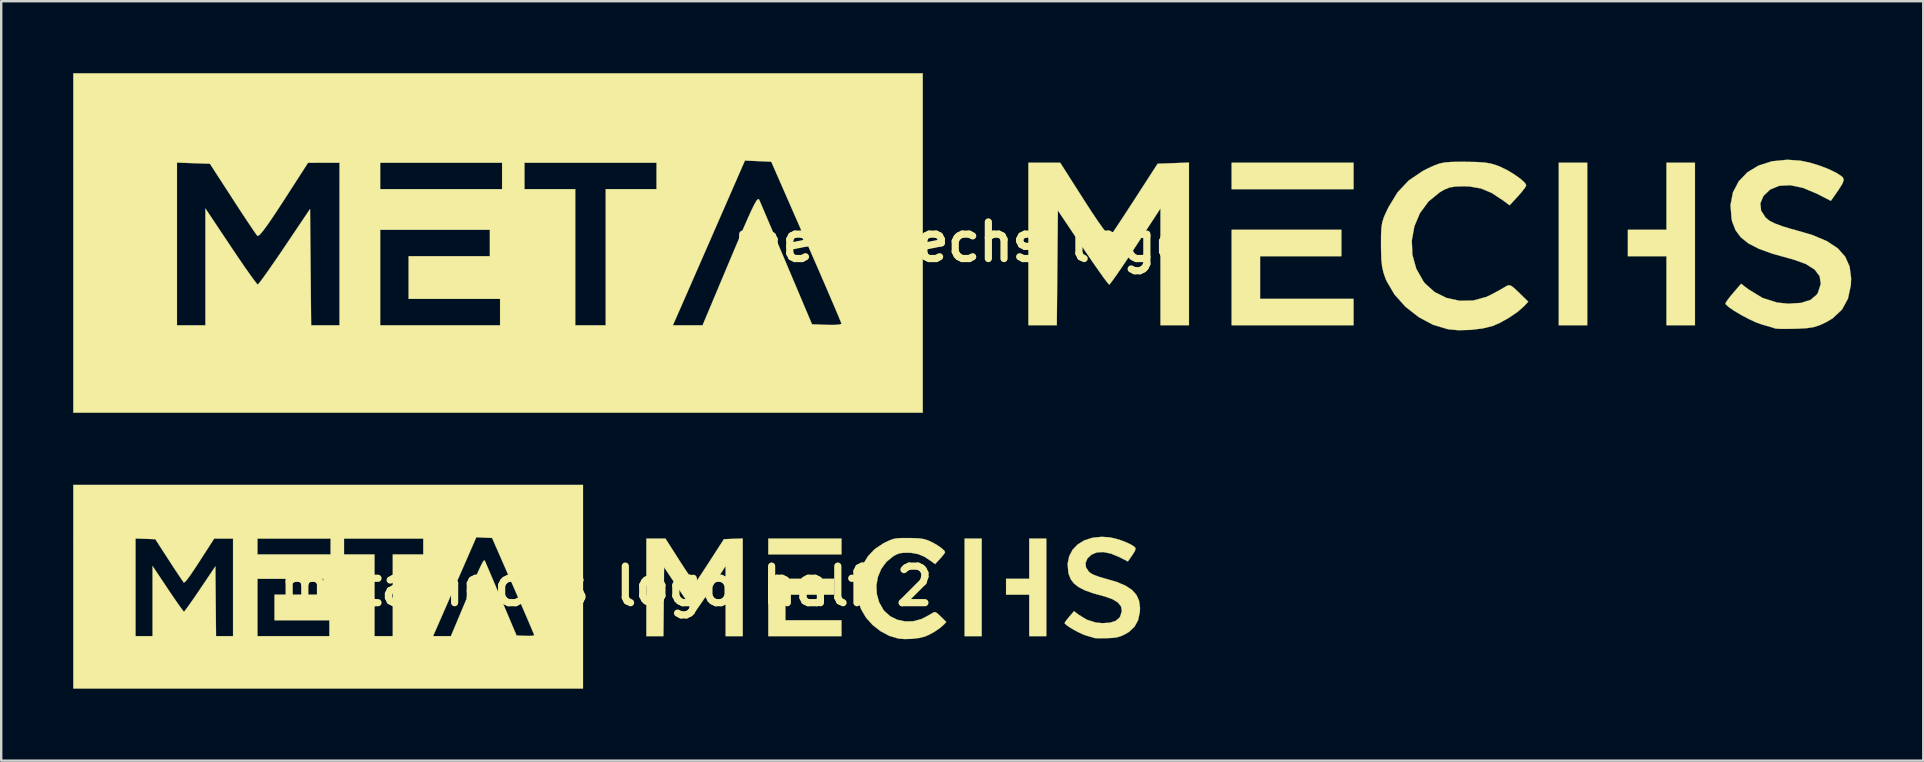
<source format=kicad_pcb>
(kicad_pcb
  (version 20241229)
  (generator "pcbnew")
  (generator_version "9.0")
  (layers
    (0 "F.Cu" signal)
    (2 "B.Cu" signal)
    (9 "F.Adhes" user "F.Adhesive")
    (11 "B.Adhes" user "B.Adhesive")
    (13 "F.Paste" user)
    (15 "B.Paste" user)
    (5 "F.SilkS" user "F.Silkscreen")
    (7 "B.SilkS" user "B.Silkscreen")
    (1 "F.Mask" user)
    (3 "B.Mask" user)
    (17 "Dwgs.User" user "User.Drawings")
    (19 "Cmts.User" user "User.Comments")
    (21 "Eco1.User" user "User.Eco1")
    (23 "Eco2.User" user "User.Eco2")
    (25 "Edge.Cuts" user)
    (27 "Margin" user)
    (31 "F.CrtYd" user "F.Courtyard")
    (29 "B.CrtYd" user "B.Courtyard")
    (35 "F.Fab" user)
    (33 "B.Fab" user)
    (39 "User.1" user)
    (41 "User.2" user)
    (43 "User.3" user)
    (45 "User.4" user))
  (footprint "metamechs logo"
    (layer "F.Cu")
    (at 37.004 7.032)
    (property "Reference" "metamechs logo" (at 0 0 0) (layer "F.SilkS") (effects (font (size 1.524 1.524) (thickness 0.3))))
    (attr through_hole)
    (fp_poly (pts (xy 16.341 -2.201) (xy 11.261 -2.201) (xy 11.261 -3.302) (xy 16.341 -3.302) (xy 16.341 -2.201)) (stroke (width 0.01) (type solid)) (fill yes) (layer "F.SilkS"))
    (fp_poly (pts (xy 26.077 3.471) (xy 24.892 3.471) (xy 24.892 -3.302) (xy 26.077 -3.302) (xy 26.077 3.471)) (stroke (width 0.01) (type solid)) (fill yes) (layer "F.SilkS"))
    (fp_poly (pts (xy 15.833 0.593) (xy 12.446 0.593) (xy 12.446 2.371) (xy 16.341 2.371) (xy 16.341 3.471) (xy 11.261 3.471) (xy 11.261 -0.508) (xy 15.833 -0.508) (xy 15.833 0.593)) (stroke (width 0.01) (type solid)) (fill yes) (layer "F.SilkS"))
    (fp_poly (pts (xy 30.565 3.471) (xy 29.379 3.471) (xy 29.379 0.593) (xy 27.771 0.593) (xy 27.771 -0.508) (xy 29.379 -0.508) (xy 29.379 -3.302) (xy 30.565 -3.302) (xy 30.565 3.471)) (stroke (width 0.01) (type solid)) (fill yes) (layer "F.SilkS"))
    (fp_poly (pts (xy 9.483 3.471) (xy 8.297 3.471) (xy 8.296 1.037) (xy 8.296 -1.397) (xy 7.259 0.19) (xy 6.958 0.648) (xy 6.685 1.055) (xy 6.455 1.389) (xy 6.282 1.631) (xy 6.18 1.761) (xy 6.161 1.778) (xy 6.097 1.71) (xy 5.955 1.522) (xy 5.748 1.234) (xy 5.49 0.864) (xy 5.196 0.435) (xy 5.06 0.233) (xy 4.022 -1.312) (xy 3.999 1.079) (xy 3.977 3.471) (xy 2.794 3.471) (xy 2.794 -3.302) (xy 4.119 -3.302) (xy 5.12 -1.731) (xy 5.433 -1.248) (xy 5.708 -0.84) (xy 5.932 -0.525) (xy 6.095 -0.317) (xy 6.185 -0.234) (xy 6.195 -0.235) (xy 6.262 -0.326) (xy 6.406 -0.537) (xy 6.611 -0.846) (xy 6.863 -1.23) (xy 7.147 -1.666) (xy 7.224 -1.785) (xy 8.177 -3.26) (xy 9.483 -3.309) (xy 9.483 3.471)) (stroke (width 0.01) (type solid)) (fill yes) (layer "F.SilkS"))
    (fp_poly (pts (xy 20.997 -3.34) (xy 21.461 -3.332) (xy 21.802 -3.31) (xy 22.068 -3.266) (xy 22.305 -3.194) (xy 22.43 -3.145) (xy 22.729 -3.001) (xy 23.027 -2.823) (xy 23.286 -2.639) (xy 23.469 -2.476) (xy 23.537 -2.362) (xy 23.484 -2.261) (xy 23.345 -2.082) (xy 23.19 -1.905) (xy 22.843 -1.529) (xy 22.576 -1.728) (xy 22.1 -2.041) (xy 21.653 -2.229) (xy 21.179 -2.312) (xy 20.945 -2.321) (xy 20.596 -2.312) (xy 20.345 -2.271) (xy 20.121 -2.18) (xy 19.934 -2.072) (xy 19.463 -1.687) (xy 19.108 -1.204) (xy 18.875 -0.653) (xy 18.768 -0.063) (xy 18.793 0.536) (xy 18.954 1.116) (xy 19.255 1.646) (xy 19.32 1.728) (xy 19.721 2.088) (xy 20.214 2.331) (xy 20.762 2.45) (xy 21.328 2.438) (xy 21.875 2.289) (xy 22.023 2.22) (xy 22.304 2.071) (xy 22.551 1.933) (xy 22.668 1.862) (xy 22.78 1.804) (xy 22.881 1.811) (xy 23.014 1.903) (xy 23.221 2.097) (xy 23.238 2.114) (xy 23.62 2.489) (xy 23.435 2.685) (xy 23.166 2.919) (xy 22.805 3.164) (xy 22.419 3.378) (xy 22.137 3.5) (xy 21.725 3.601) (xy 21.226 3.662) (xy 20.718 3.676) (xy 20.286 3.638) (xy 19.659 3.452) (xy 19.053 3.129) (xy 18.503 2.698) (xy 18.046 2.187) (xy 17.716 1.625) (xy 17.683 1.548) (xy 17.59 1.286) (xy 17.531 1.026) (xy 17.499 0.717) (xy 17.487 0.308) (xy 17.485 0.122) (xy 17.487 -0.294) (xy 17.501 -0.591) (xy 17.537 -0.821) (xy 17.605 -1.035) (xy 17.716 -1.282) (xy 17.8 -1.453) (xy 18.176 -2.071) (xy 18.641 -2.563) (xy 19.225 -2.958) (xy 19.458 -3.076) (xy 19.715 -3.193) (xy 19.928 -3.27) (xy 20.145 -3.314) (xy 20.414 -3.335) (xy 20.783 -3.341) (xy 20.997 -3.34)) (stroke (width 0.01) (type solid)) (fill yes) (layer "F.SilkS"))
    (fp_poly (pts (xy 34.956 -3.388) (xy 35.333 -3.31) (xy 35.741 -3.187) (xy 36.135 -3.036) (xy 36.467 -2.875) (xy 36.693 -2.723) (xy 36.732 -2.683) (xy 36.763 -2.581) (xy 36.705 -2.421) (xy 36.548 -2.171) (xy 36.527 -2.142) (xy 36.228 -1.714) (xy 35.636 -2.017) (xy 35.062 -2.256) (xy 34.535 -2.365) (xy 34.074 -2.341) (xy 33.698 -2.185) (xy 33.417 -1.916) (xy 33.291 -1.613) (xy 33.321 -1.305) (xy 33.506 -1.019) (xy 33.675 -0.881) (xy 33.881 -0.777) (xy 34.197 -0.659) (xy 34.565 -0.546) (xy 34.708 -0.509) (xy 35.465 -0.288) (xy 36.064 -0.034) (xy 36.515 0.264) (xy 36.826 0.614) (xy 37.009 1.025) (xy 37.072 1.508) (xy 37.06 1.798) (xy 36.94 2.361) (xy 36.69 2.818) (xy 36.302 3.181) (xy 36.036 3.339) (xy 35.763 3.467) (xy 35.515 3.546) (xy 35.229 3.59) (xy 34.845 3.612) (xy 34.769 3.614) (xy 34.417 3.621) (xy 34.129 3.619) (xy 33.946 3.61) (xy 33.909 3.603) (xy 33.786 3.562) (xy 33.556 3.495) (xy 33.355 3.438) (xy 33.106 3.348) (xy 32.806 3.208) (xy 32.492 3.042) (xy 32.203 2.87) (xy 31.976 2.715) (xy 31.849 2.597) (xy 31.835 2.563) (xy 31.886 2.469) (xy 32.019 2.291) (xy 32.162 2.119) (xy 32.488 1.74) (xy 32.798 1.976) (xy 33.382 2.332) (xy 33.998 2.526) (xy 34.451 2.571) (xy 34.984 2.538) (xy 35.378 2.414) (xy 35.637 2.197) (xy 35.691 2.109) (xy 35.808 1.746) (xy 35.761 1.425) (xy 35.55 1.148) (xy 35.177 0.913) (xy 34.64 0.722) (xy 34.526 0.692) (xy 33.804 0.492) (xy 33.233 0.286) (xy 32.796 0.062) (xy 32.477 -0.192) (xy 32.258 -0.487) (xy 32.121 -0.836) (xy 32.093 -0.953) (xy 32.046 -1.537) (xy 32.148 -2.064) (xy 32.385 -2.522) (xy 32.744 -2.899) (xy 33.211 -3.183) (xy 33.772 -3.362) (xy 34.414 -3.426) (xy 34.956 -3.388)) (stroke (width 0.01) (type solid)) (fill yes) (layer "F.SilkS"))
    (fp_poly (pts (xy -1.609 7.112) (xy -36.999 7.112) (xy -36.999 3.471) (xy -32.681 3.471) (xy -31.496 3.471) (xy -31.496 -1.396) (xy -30.437 0.191) (xy -30.13 0.647) (xy -29.852 1.052) (xy -29.618 1.385) (xy -29.441 1.627) (xy -29.336 1.757) (xy -29.315 1.775) (xy -29.252 1.706) (xy -29.109 1.517) (xy -28.901 1.227) (xy -28.642 0.856) (xy -28.346 0.424) (xy -28.194 0.199) (xy -27.136 -1.373) (xy -27.091 3.471) (xy -25.908 3.471) (xy -25.908 -0.508) (xy -24.215 -0.508) (xy -24.215 3.471) (xy -19.219 3.471) (xy -19.219 2.371) (xy -23.029 2.371) (xy -23.029 0.593) (xy -19.643 0.593) (xy -19.643 -0.508) (xy -24.215 -0.508) (xy -25.908 -0.508) (xy -25.908 -3.302) (xy -24.215 -3.302) (xy -24.215 -2.201) (xy -19.135 -2.201) (xy -19.135 -3.302) (xy -18.203 -3.302) (xy -18.203 -2.201) (xy -16.087 -2.201) (xy -16.087 3.471) (xy -14.817 3.471) (xy -12.021 3.471) (xy -10.782 3.471) (xy -9.646 0.766) (xy -9.338 0.037) (xy -9.088 -0.549) (xy -8.889 -1.004) (xy -8.735 -1.341) (xy -8.62 -1.575) (xy -8.536 -1.717) (xy -8.478 -1.782) (xy -8.439 -1.781) (xy -8.424 -1.759) (xy -8.371 -1.639) (xy -8.261 -1.383) (xy -8.103 -1.012) (xy -7.904 -0.545) (xy -7.674 -0.003) (xy -7.421 0.593) (xy -7.281 0.925) (xy -6.222 3.429) (xy -5.608 3.454) (xy -5.311 3.457) (xy -5.093 3.441) (xy -4.997 3.411) (xy -4.995 3.406) (xy -5.028 3.316) (xy -5.122 3.086) (xy -5.271 2.735) (xy -5.467 2.277) (xy -5.703 1.729) (xy -5.972 1.108) (xy -6.268 0.429) (xy -6.458 -0.005) (xy -7.92 -3.344) (xy -8.469 -3.369) (xy -9.017 -3.393) (xy -10.303 -0.448) (xy -10.602 0.236) (xy -10.888 0.89) (xy -11.152 1.493) (xy -11.384 2.024) (xy -11.576 2.463) (xy -11.719 2.789) (xy -11.804 2.981) (xy -11.805 2.985) (xy -12.021 3.471) (xy -14.817 3.471) (xy -14.817 -2.201) (xy -12.7 -2.201) (xy -12.7 -3.302) (xy -18.203 -3.302) (xy -19.135 -3.302) (xy -24.215 -3.302) (xy -25.908 -3.302) (xy -26.564 -3.301) (xy -27.22 -3.3) (xy -28.23 -1.733) (xy -28.598 -1.17) (xy -28.886 -0.747) (xy -29.099 -0.457) (xy -29.243 -0.293) (xy -29.321 -0.25) (xy -29.33 -0.255) (xy -29.401 -0.351) (xy -29.549 -0.566) (xy -29.758 -0.878) (xy -30.013 -1.264) (xy -30.298 -1.701) (xy -30.363 -1.802) (xy -31.308 -3.26) (xy -31.995 -3.284) (xy -32.681 -3.309) (xy -32.681 3.471) (xy -36.999 3.471) (xy -36.999 -7.027) (xy -1.609 -7.027) (xy -1.609 7.112)) (stroke (width 0.01) (type solid)) (fill yes) (layer "F.SilkS")))
  (footprint "metamechs logo half 2"
    (layer "F.Cu")
    (at 22.205 21.371)
    (property "Reference" "metamechs logo half 2" (at 0 0 0) (layer "F.SilkS") (effects (font (size 1.524 1.524) (thickness 0.3))))
    (attr through_hole)
    (fp_poly (pts (xy 9.804 -1.321) (xy 6.756 -1.321) (xy 6.756 -1.981) (xy 9.804 -1.981) (xy 9.804 -1.321)) (stroke (width 0.01) (type solid)) (fill yes) (layer "F.SilkS"))
    (fp_poly (pts (xy 15.646 2.083) (xy 14.935 2.083) (xy 14.935 -1.981) (xy 15.646 -1.981) (xy 15.646 2.083)) (stroke (width 0.01) (type solid)) (fill yes) (layer "F.SilkS"))
    (fp_poly (pts (xy 9.5 0.356) (xy 7.468 0.356) (xy 7.468 1.422) (xy 9.804 1.422) (xy 9.804 2.083) (xy 6.756 2.083) (xy 6.756 -0.305) (xy 9.5 -0.305) (xy 9.5 0.356)) (stroke (width 0.01) (type solid)) (fill yes) (layer "F.SilkS"))
    (fp_poly (pts (xy 18.339 2.083) (xy 17.628 2.083) (xy 17.628 0.356) (xy 16.662 0.356) (xy 16.662 -0.305) (xy 17.628 -0.305) (xy 17.628 -1.981) (xy 18.339 -1.981) (xy 18.339 2.083)) (stroke (width 0.01) (type solid)) (fill yes) (layer "F.SilkS"))
    (fp_poly (pts (xy 5.69 2.083) (xy 4.978 2.083) (xy 4.978 0.622) (xy 4.977 -0.838) (xy 4.356 0.114) (xy 4.175 0.389) (xy 4.011 0.633) (xy 3.873 0.833) (xy 3.769 0.979) (xy 3.708 1.057) (xy 3.696 1.067) (xy 3.658 1.026) (xy 3.573 0.913) (xy 3.449 0.74) (xy 3.294 0.519) (xy 3.118 0.261) (xy 3.036 0.14) (xy 2.413 -0.787) (xy 2.4 0.648) (xy 2.386 2.083) (xy 1.676 2.083) (xy 1.676 -1.981) (xy 2.471 -1.981) (xy 3.072 -1.039) (xy 3.26 -0.749) (xy 3.425 -0.504) (xy 3.559 -0.315) (xy 3.657 -0.19) (xy 3.711 -0.14) (xy 3.717 -0.141) (xy 3.757 -0.196) (xy 3.843 -0.322) (xy 3.967 -0.507) (xy 4.118 -0.738) (xy 4.288 -1) (xy 4.334 -1.071) (xy 4.906 -1.956) (xy 5.298 -1.971) (xy 5.69 -1.985) (xy 5.69 2.083)) (stroke (width 0.01) (type solid)) (fill yes) (layer "F.SilkS"))
    (fp_poly (pts (xy 12.598 -2.004) (xy 12.876 -1.999) (xy 13.081 -1.986) (xy 13.241 -1.959) (xy 13.383 -1.916) (xy 13.458 -1.887) (xy 13.637 -1.8) (xy 13.816 -1.694) (xy 13.972 -1.584) (xy 14.081 -1.486) (xy 14.122 -1.417) (xy 14.09 -1.357) (xy 14.007 -1.249) (xy 13.914 -1.143) (xy 13.706 -0.917) (xy 13.546 -1.037) (xy 13.26 -1.225) (xy 12.992 -1.337) (xy 12.707 -1.387) (xy 12.567 -1.393) (xy 12.357 -1.387) (xy 12.207 -1.363) (xy 12.073 -1.308) (xy 11.961 -1.243) (xy 11.678 -1.012) (xy 11.465 -0.722) (xy 11.325 -0.392) (xy 11.261 -0.038) (xy 11.276 0.322) (xy 11.372 0.669) (xy 11.553 0.988) (xy 11.592 1.037) (xy 11.833 1.253) (xy 12.128 1.399) (xy 12.457 1.47) (xy 12.797 1.463) (xy 13.125 1.374) (xy 13.214 1.332) (xy 13.383 1.243) (xy 13.53 1.16) (xy 13.601 1.117) (xy 13.668 1.082) (xy 13.729 1.087) (xy 13.809 1.142) (xy 13.932 1.258) (xy 13.943 1.268) (xy 14.172 1.493) (xy 14.061 1.611) (xy 13.9 1.751) (xy 13.683 1.898) (xy 13.452 2.027) (xy 13.282 2.1) (xy 13.035 2.161) (xy 12.736 2.197) (xy 12.431 2.205) (xy 12.171 2.183) (xy 11.796 2.071) (xy 11.432 1.877) (xy 11.102 1.619) (xy 10.827 1.312) (xy 10.629 0.975) (xy 10.61 0.929) (xy 10.554 0.772) (xy 10.519 0.616) (xy 10.499 0.43) (xy 10.492 0.185) (xy 10.491 0.073) (xy 10.492 -0.176) (xy 10.501 -0.355) (xy 10.522 -0.493) (xy 10.563 -0.621) (xy 10.63 -0.769) (xy 10.68 -0.872) (xy 10.906 -1.243) (xy 11.185 -1.538) (xy 11.535 -1.775) (xy 11.675 -1.846) (xy 11.829 -1.916) (xy 11.957 -1.962) (xy 12.087 -1.989) (xy 12.248 -2.001) (xy 12.47 -2.004) (xy 12.598 -2.004)) (stroke (width 0.01) (type solid)) (fill yes) (layer "F.SilkS"))
    (fp_poly (pts (xy 20.973 -2.033) (xy 21.2 -1.986) (xy 21.445 -1.912) (xy 21.681 -1.821) (xy 21.88 -1.725) (xy 22.016 -1.634) (xy 22.039 -1.61) (xy 22.058 -1.548) (xy 22.023 -1.453) (xy 21.929 -1.303) (xy 21.916 -1.285) (xy 21.737 -1.028) (xy 21.382 -1.21) (xy 21.037 -1.354) (xy 20.721 -1.419) (xy 20.444 -1.405) (xy 20.219 -1.311) (xy 20.05 -1.149) (xy 19.975 -0.968) (xy 19.992 -0.783) (xy 20.104 -0.611) (xy 20.205 -0.528) (xy 20.329 -0.466) (xy 20.518 -0.395) (xy 20.739 -0.328) (xy 20.825 -0.306) (xy 21.279 -0.173) (xy 21.638 -0.02) (xy 21.909 0.158) (xy 22.096 0.368) (xy 22.205 0.615) (xy 22.243 0.905) (xy 22.236 1.079) (xy 22.164 1.416) (xy 22.014 1.691) (xy 21.781 1.909) (xy 21.621 2.004) (xy 21.458 2.08) (xy 21.309 2.128) (xy 21.137 2.154) (xy 20.907 2.167) (xy 20.861 2.168) (xy 20.65 2.172) (xy 20.477 2.171) (xy 20.368 2.166) (xy 20.345 2.162) (xy 20.271 2.137) (xy 20.134 2.097) (xy 20.013 2.063) (xy 19.864 2.009) (xy 19.684 1.925) (xy 19.495 1.825) (xy 19.322 1.722) (xy 19.186 1.629) (xy 19.11 1.558) (xy 19.101 1.538) (xy 19.132 1.481) (xy 19.212 1.374) (xy 19.297 1.271) (xy 19.493 1.044) (xy 19.679 1.186) (xy 20.029 1.399) (xy 20.399 1.516) (xy 20.671 1.543) (xy 20.991 1.523) (xy 21.227 1.448) (xy 21.382 1.318) (xy 21.415 1.265) (xy 21.485 1.047) (xy 21.456 0.855) (xy 21.33 0.689) (xy 21.106 0.548) (xy 20.784 0.433) (xy 20.716 0.415) (xy 20.282 0.295) (xy 19.94 0.172) (xy 19.678 0.037) (xy 19.486 -0.115) (xy 19.355 -0.292) (xy 19.272 -0.502) (xy 19.256 -0.572) (xy 19.227 -0.922) (xy 19.289 -1.239) (xy 19.431 -1.513) (xy 19.647 -1.739) (xy 19.927 -1.91) (xy 20.263 -2.017) (xy 20.648 -2.055) (xy 20.973 -2.033)) (stroke (width 0.01) (type solid)) (fill yes) (layer "F.SilkS"))
    (fp_poly (pts (xy -0.965 4.267) (xy -22.2 4.267) (xy -22.2 2.083) (xy -19.609 2.083) (xy -18.898 2.083) (xy -18.898 -0.838) (xy -18.262 0.115) (xy -18.078 0.388) (xy -17.911 0.631) (xy -17.771 0.831) (xy -17.665 0.976) (xy -17.602 1.054) (xy -17.589 1.065) (xy -17.551 1.024) (xy -17.465 0.91) (xy -17.341 0.736) (xy -17.185 0.514) (xy -17.008 0.255) (xy -16.916 0.119) (xy -16.281 -0.824) (xy -16.268 0.629) (xy -16.254 2.083) (xy -15.545 2.083) (xy -15.545 -0.305) (xy -14.529 -0.305) (xy -14.529 2.083) (xy -11.532 2.083) (xy -11.532 1.422) (xy -13.818 1.422) (xy -13.818 0.356) (xy -11.786 0.356) (xy -11.786 -0.305) (xy -14.529 -0.305) (xy -15.545 -0.305) (xy -15.545 -1.981) (xy -14.529 -1.981) (xy -14.529 -1.321) (xy -11.481 -1.321) (xy -11.481 -1.981) (xy -10.922 -1.981) (xy -10.922 -1.321) (xy -9.652 -1.321) (xy -9.652 2.083) (xy -8.89 2.083) (xy -7.212 2.083) (xy -6.469 2.083) (xy -5.787 0.459) (xy -5.603 0.022) (xy -5.453 -0.329) (xy -5.334 -0.602) (xy -5.241 -0.805) (xy -5.172 -0.945) (xy -5.122 -1.03) (xy -5.087 -1.069) (xy -5.064 -1.069) (xy -5.055 -1.056) (xy -5.023 -0.984) (xy -4.957 -0.83) (xy -4.862 -0.607) (xy -4.742 -0.327) (xy -4.604 -0.002) (xy -4.453 0.356) (xy -4.368 0.555) (xy -3.733 2.057) (xy -3.365 2.072) (xy -3.187 2.074) (xy -3.056 2.065) (xy -2.998 2.047) (xy -2.997 2.044) (xy -3.017 1.989) (xy -3.073 1.852) (xy -3.163 1.641) (xy -3.28 1.366) (xy -3.422 1.037) (xy -3.583 0.665) (xy -3.761 0.257) (xy -3.875 -0.003) (xy -4.752 -2.007) (xy -5.081 -2.021) (xy -5.41 -2.036) (xy -6.182 -0.269) (xy -6.361 0.142) (xy -6.533 0.534) (xy -6.691 0.896) (xy -6.83 1.214) (xy -6.946 1.478) (xy -7.032 1.674) (xy -7.082 1.789) (xy -7.083 1.791) (xy -7.212 2.083) (xy -8.89 2.083) (xy -8.89 -1.321) (xy -7.62 -1.321) (xy -7.62 -1.981) (xy -10.922 -1.981) (xy -11.481 -1.981) (xy -14.529 -1.981) (xy -15.545 -1.981) (xy -15.938 -1.981) (xy -16.332 -1.98) (xy -16.938 -1.04) (xy -17.159 -0.702) (xy -17.332 -0.448) (xy -17.46 -0.274) (xy -17.546 -0.176) (xy -17.593 -0.15) (xy -17.598 -0.153) (xy -17.641 -0.21) (xy -17.729 -0.34) (xy -17.855 -0.527) (xy -18.008 -0.758) (xy -18.179 -1.021) (xy -18.218 -1.081) (xy -18.785 -1.956) (xy -19.197 -1.971) (xy -19.609 -1.985) (xy -19.609 2.083) (xy -22.2 2.083) (xy -22.2 -4.216) (xy -0.965 -4.216) (xy -0.965 4.267)) (stroke (width 0.01) (type solid)) (fill yes) (layer "F.SilkS")))
  (gr_rect
    (start -3 -3)
    (end 77.081 28.643)
    (stroke (width 0.1) (type default))
    (fill no)
    (layer "Edge.Cuts")))
</source>
